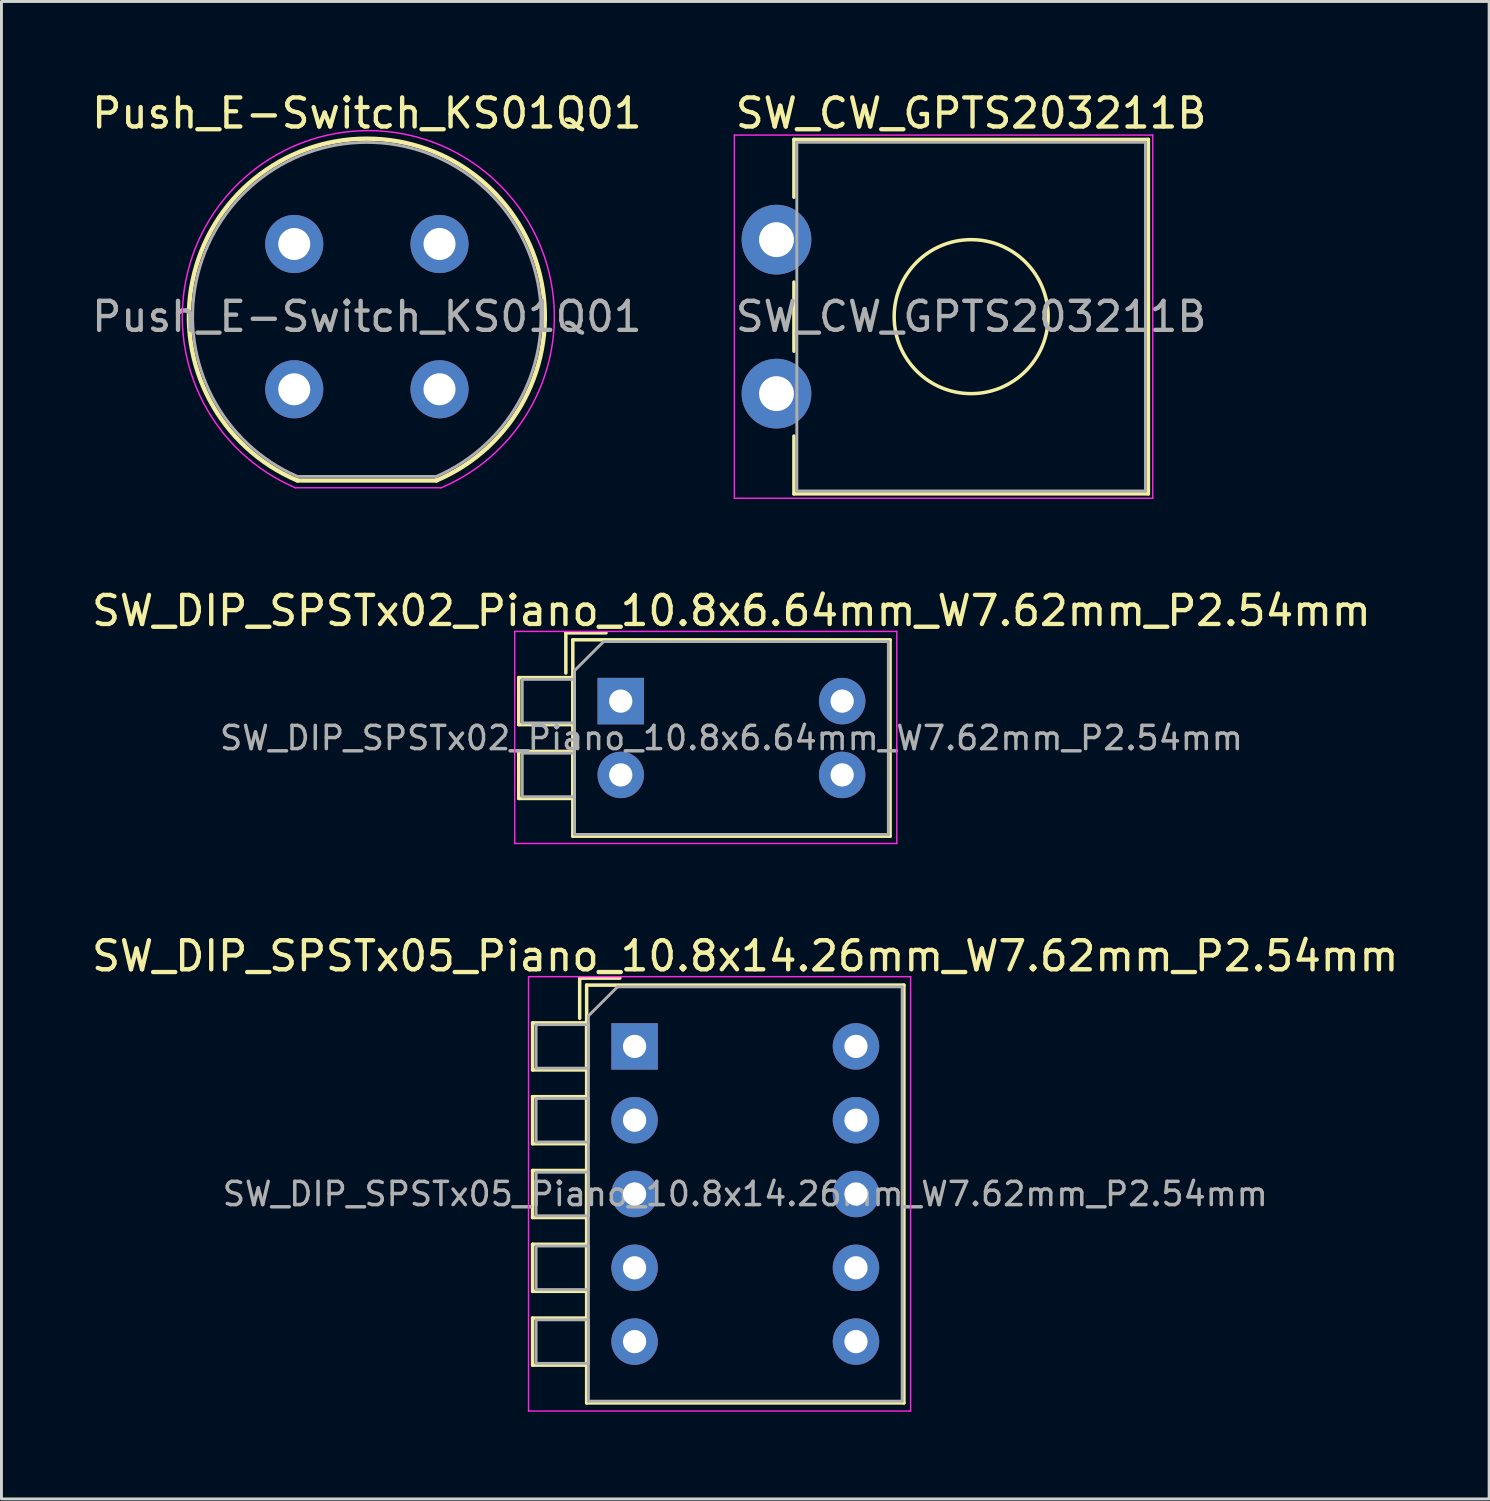
<source format=kicad_pcb>
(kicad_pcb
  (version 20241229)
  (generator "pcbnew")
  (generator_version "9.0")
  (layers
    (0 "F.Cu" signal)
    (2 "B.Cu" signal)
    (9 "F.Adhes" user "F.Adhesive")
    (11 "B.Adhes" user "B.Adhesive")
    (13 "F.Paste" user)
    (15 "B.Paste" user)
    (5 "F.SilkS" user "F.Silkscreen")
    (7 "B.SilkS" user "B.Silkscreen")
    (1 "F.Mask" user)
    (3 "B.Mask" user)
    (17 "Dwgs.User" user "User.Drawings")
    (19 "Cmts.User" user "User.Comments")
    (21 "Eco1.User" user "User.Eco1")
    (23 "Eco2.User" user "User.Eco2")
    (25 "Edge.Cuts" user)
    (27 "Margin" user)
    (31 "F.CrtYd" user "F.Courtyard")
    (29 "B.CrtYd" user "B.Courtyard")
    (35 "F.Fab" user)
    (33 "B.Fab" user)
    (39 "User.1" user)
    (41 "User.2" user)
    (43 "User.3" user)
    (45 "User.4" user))
  (footprint "Push_E-Switch_KS01Q01"
    (layer "F.Cu")
    (at 7.077 5.348)
    (property "Reference" "Push_E-Switch_KS01Q01" (at 2.5 -4.5 0) (layer "F.SilkS") (effects (font (size 1 1) (thickness 0.15))))
    (attr through_hole)
    (fp_line (start 4.89 8.14) (end 0.11 8.14) (stroke (width 0.15) (type solid)) (layer "F.SilkS"))
    (fp_arc (start 0.11 8.14) (mid 2.496283 -3.625495) (end 4.896843 8.137095) (stroke (width 0.15) (type solid)) (layer "F.SilkS"))
    (fp_line (start 0.04 8.39) (end 5.06 8.39) (stroke (width 0.05) (type solid)) (layer "F.CrtYd"))
    (fp_arc (start 0.04 8.39) (mid 2.55 -3.902515) (end 5.06 8.39) (stroke (width 0.05) (type solid)) (layer "F.CrtYd"))
    (fp_line (start 0.11 8) (end 4.89 8) (stroke (width 0.1) (type solid)) (layer "F.Fab"))
    (fp_arc (start 0.11 8) (mid 2.498654 -3.496841) (end 4.892469 7.998926) (stroke (width 0.1) (type solid)) (layer "F.Fab"))
    (fp_text user "${REFERENCE}" (at 2.5 2.5 0) (layer "F.Fab") (effects (font (size 1 1) (thickness 0.15))))
    (pad "1" thru_hole circle (at 0 0) (size 2 2) (drill 1.1) (layers "*.Cu" "*.Mask"))
    (pad "2" thru_hole circle (at 5 0) (size 2 2) (drill 1.1) (layers "*.Cu" "*.Mask"))
    (pad "3" thru_hole circle (at 0 5) (size 2 2) (drill 1.1) (layers "*.Cu" "*.Mask"))
    (pad "4" thru_hole circle (at 5 5) (size 2 2) (drill 1.1) (layers "*.Cu" "*.Mask")))
  (footprint "SW_CW_GPTS203211B"
    (layer "F.Cu")
    (at 23.675 5.198)
    (property "Reference" "SW_CW_GPTS203211B" (at 6.7 -4.35 0) (layer "F.SilkS") (effects (font (size 1 1) (thickness 0.15))))
    (attr through_hole)
    (fp_line (start 0.6 -3.45) (end 12.8 -3.45) (stroke (width 0.12) (type solid)) (layer "F.SilkS"))
    (fp_line (start 0.6 -1.46) (end 0.6 -3.45) (stroke (width 0.12) (type solid)) (layer "F.SilkS"))
    (fp_line (start 0.6 1.46) (end 0.6 3.84) (stroke (width 0.12) (type solid)) (layer "F.SilkS"))
    (fp_line (start 0.6 8.75) (end 0.6 6.76) (stroke (width 0.12) (type solid)) (layer "F.SilkS"))
    (fp_line (start 12.8 -3.45) (end 12.8 8.75) (stroke (width 0.12) (type solid)) (layer "F.SilkS"))
    (fp_line (start 12.8 8.75) (end 0.6 8.75) (stroke (width 0.12) (type solid)) (layer "F.SilkS"))
    (fp_circle (center 6.7 2.65) (end 9.35 2.65) (stroke (width 0.12) (type solid)) (fill no) (layer "F.SilkS"))
    (fp_line (start -1.45 -3.6) (end -1.45 8.9) (stroke (width 0.05) (type solid)) (layer "F.CrtYd"))
    (fp_line (start -1.45 8.9) (end 12.95 8.9) (stroke (width 0.05) (type solid)) (layer "F.CrtYd"))
    (fp_line (start 12.95 -3.6) (end -1.45 -3.6) (stroke (width 0.05) (type solid)) (layer "F.CrtYd"))
    (fp_line (start 12.95 8.9) (end 12.95 -3.6) (stroke (width 0.05) (type solid)) (layer "F.CrtYd"))
    (fp_line (start 0.7 -3.35) (end 0.7 8.65) (stroke (width 0.1) (type solid)) (layer "F.Fab"))
    (fp_line (start 0.7 8.65) (end 12.7 8.65) (stroke (width 0.1) (type solid)) (layer "F.Fab"))
    (fp_line (start 12.7 -3.35) (end 0.7 -3.35) (stroke (width 0.1) (type solid)) (layer "F.Fab"))
    (fp_line (start 12.7 8.65) (end 12.7 -3.35) (stroke (width 0.1) (type solid)) (layer "F.Fab"))
    (fp_text user "${REFERENCE}" (at 6.7 2.65 0) (layer "F.Fab") (effects (font (size 1 1) (thickness 0.15))))
    (pad "1" thru_hole circle (at 0 0) (size 2.4 2.4) (drill 1.2) (layers "*.Cu" "*.Mask"))
    (pad "2" thru_hole circle (at 0 5.3) (size 2.4 2.4) (drill 1.2) (layers "*.Cu" "*.Mask")))
  (footprint "SW_DIP_SPSTx02_Piano_10.8x6.64mm_W7.62mm_P2.54mm"
    (layer "F.Cu")
    (at 18.315 21.081)
    (property "Reference" "SW_DIP_SPSTx02_Piano_10.8x6.64mm_W7.62mm_P2.54mm" (at 3.81 -3.11 0) (layer "F.SilkS") (effects (font (size 1 1) (thickness 0.15))))
    (attr through_hole)
    (fp_line (start -3.51 -0.81) (end -3.51 0.81) (stroke (width 0.12) (type solid)) (layer "F.SilkS"))
    (fp_line (start -3.51 -0.81) (end -1.65 -0.81) (stroke (width 0.12) (type solid)) (layer "F.SilkS"))
    (fp_line (start -3.51 0.81) (end -1.65 0.81) (stroke (width 0.12) (type solid)) (layer "F.SilkS"))
    (fp_line (start -3.51 1.73) (end -3.51 3.35) (stroke (width 0.12) (type solid)) (layer "F.SilkS"))
    (fp_line (start -3.51 1.73) (end -1.65 1.73) (stroke (width 0.12) (type solid)) (layer "F.SilkS"))
    (fp_line (start -3.51 3.35) (end -1.65 3.35) (stroke (width 0.12) (type solid)) (layer "F.SilkS"))
    (fp_line (start -1.89 -2.35) (end -1.89 -0.967) (stroke (width 0.12) (type solid)) (layer "F.SilkS"))
    (fp_line (start -1.89 -2.35) (end -0.507 -2.35) (stroke (width 0.12) (type solid)) (layer "F.SilkS"))
    (fp_line (start -1.65 -2.11) (end -1.65 4.65) (stroke (width 0.12) (type solid)) (layer "F.SilkS"))
    (fp_line (start -1.65 -2.11) (end 9.27 -2.11) (stroke (width 0.12) (type solid)) (layer "F.SilkS"))
    (fp_line (start -1.65 -0.81) (end -1.65 0.81) (stroke (width 0.12) (type solid)) (layer "F.SilkS"))
    (fp_line (start -1.65 1.73) (end -1.65 3.35) (stroke (width 0.12) (type solid)) (layer "F.SilkS"))
    (fp_line (start -1.65 4.65) (end 9.27 4.65) (stroke (width 0.12) (type solid)) (layer "F.SilkS"))
    (fp_line (start 9.27 -2.11) (end 9.27 4.65) (stroke (width 0.12) (type solid)) (layer "F.SilkS"))
    (fp_line (start -3.65 -2.4) (end -3.65 4.9) (stroke (width 0.05) (type solid)) (layer "F.CrtYd"))
    (fp_line (start -3.65 4.9) (end 9.5 4.9) (stroke (width 0.05) (type solid)) (layer "F.CrtYd"))
    (fp_line (start 9.5 -2.4) (end -3.65 -2.4) (stroke (width 0.05) (type solid)) (layer "F.CrtYd"))
    (fp_line (start 9.5 4.9) (end 9.5 -2.4) (stroke (width 0.05) (type solid)) (layer "F.CrtYd"))
    (fp_line (start -3.39 -0.75) (end -1.59 -0.75) (stroke (width 0.1) (type solid)) (layer "F.Fab"))
    (fp_line (start -3.39 0.75) (end -3.39 -0.75) (stroke (width 0.1) (type solid)) (layer "F.Fab"))
    (fp_line (start -3.39 1.79) (end -1.59 1.79) (stroke (width 0.1) (type solid)) (layer "F.Fab"))
    (fp_line (start -3.39 3.29) (end -3.39 1.79) (stroke (width 0.1) (type solid)) (layer "F.Fab"))
    (fp_line (start -1.59 -1.05) (end -0.59 -2.05) (stroke (width 0.1) (type solid)) (layer "F.Fab"))
    (fp_line (start -1.59 -0.75) (end -1.59 0.75) (stroke (width 0.1) (type solid)) (layer "F.Fab"))
    (fp_line (start -1.59 0.75) (end -3.39 0.75) (stroke (width 0.1) (type solid)) (layer "F.Fab"))
    (fp_line (start -1.59 1.79) (end -1.59 3.29) (stroke (width 0.1) (type solid)) (layer "F.Fab"))
    (fp_line (start -1.59 3.29) (end -3.39 3.29) (stroke (width 0.1) (type solid)) (layer "F.Fab"))
    (fp_line (start -1.59 4.59) (end -1.59 -1.05) (stroke (width 0.1) (type solid)) (layer "F.Fab"))
    (fp_line (start -0.59 -2.05) (end 9.21 -2.05) (stroke (width 0.1) (type solid)) (layer "F.Fab"))
    (fp_line (start 9.21 -2.05) (end 9.21 4.59) (stroke (width 0.1) (type solid)) (layer "F.Fab"))
    (fp_line (start 9.21 4.59) (end -1.59 4.59) (stroke (width 0.1) (type solid)) (layer "F.Fab"))
    (fp_text user "${REFERENCE}" (at 3.81 1.27 0) (layer "F.Fab") (effects (font (size 0.8 0.8) (thickness 0.12))))
    (pad "1" thru_hole rect (at 0 0) (size 1.6 1.6) (drill 0.8) (layers "*.Cu" "*.Mask"))
    (pad "2" thru_hole oval (at 0 2.54) (size 1.6 1.6) (drill 0.8) (layers "*.Cu" "*.Mask"))
    (pad "3" thru_hole oval (at 7.62 2.54) (size 1.6 1.6) (drill 0.8) (layers "*.Cu" "*.Mask"))
    (pad "4" thru_hole oval (at 7.62 0) (size 1.6 1.6) (drill 0.8) (layers "*.Cu" "*.Mask")))
  (footprint "SW_DIP_SPSTx05_Piano_10.8x14.26mm_W7.62mm_P2.54mm"
    (layer "F.Cu")
    (at 18.791 32.965)
    (property "Reference" "SW_DIP_SPSTx05_Piano_10.8x14.26mm_W7.62mm_P2.54mm" (at 3.81 -3.11 0) (layer "F.SilkS") (effects (font (size 1 1) (thickness 0.15))))
    (attr through_hole)
    (fp_line (start -3.51 -0.81) (end -3.51 0.81) (stroke (width 0.12) (type solid)) (layer "F.SilkS"))
    (fp_line (start -3.51 -0.81) (end -1.65 -0.81) (stroke (width 0.12) (type solid)) (layer "F.SilkS"))
    (fp_line (start -3.51 0.81) (end -1.65 0.81) (stroke (width 0.12) (type solid)) (layer "F.SilkS"))
    (fp_line (start -3.51 1.73) (end -3.51 3.35) (stroke (width 0.12) (type solid)) (layer "F.SilkS"))
    (fp_line (start -3.51 1.73) (end -1.65 1.73) (stroke (width 0.12) (type solid)) (layer "F.SilkS"))
    (fp_line (start -3.51 3.35) (end -1.65 3.35) (stroke (width 0.12) (type solid)) (layer "F.SilkS"))
    (fp_line (start -3.51 4.27) (end -3.51 5.89) (stroke (width 0.12) (type solid)) (layer "F.SilkS"))
    (fp_line (start -3.51 4.27) (end -1.65 4.27) (stroke (width 0.12) (type solid)) (layer "F.SilkS"))
    (fp_line (start -3.51 5.89) (end -1.65 5.89) (stroke (width 0.12) (type solid)) (layer "F.SilkS"))
    (fp_line (start -3.51 6.81) (end -3.51 8.43) (stroke (width 0.12) (type solid)) (layer "F.SilkS"))
    (fp_line (start -3.51 6.81) (end -1.65 6.81) (stroke (width 0.12) (type solid)) (layer "F.SilkS"))
    (fp_line (start -3.51 8.43) (end -1.65 8.43) (stroke (width 0.12) (type solid)) (layer "F.SilkS"))
    (fp_line (start -3.51 9.35) (end -3.51 10.97) (stroke (width 0.12) (type solid)) (layer "F.SilkS"))
    (fp_line (start -3.51 9.35) (end -1.65 9.35) (stroke (width 0.12) (type solid)) (layer "F.SilkS"))
    (fp_line (start -3.51 10.97) (end -1.65 10.97) (stroke (width 0.12) (type solid)) (layer "F.SilkS"))
    (fp_line (start -1.89 -2.35) (end -1.89 -0.967) (stroke (width 0.12) (type solid)) (layer "F.SilkS"))
    (fp_line (start -1.89 -2.35) (end -0.507 -2.35) (stroke (width 0.12) (type solid)) (layer "F.SilkS"))
    (fp_line (start -1.65 -2.11) (end -1.65 12.271) (stroke (width 0.12) (type solid)) (layer "F.SilkS"))
    (fp_line (start -1.65 -2.11) (end 9.27 -2.11) (stroke (width 0.12) (type solid)) (layer "F.SilkS"))
    (fp_line (start -1.65 -0.81) (end -1.65 0.81) (stroke (width 0.12) (type solid)) (layer "F.SilkS"))
    (fp_line (start -1.65 1.73) (end -1.65 3.35) (stroke (width 0.12) (type solid)) (layer "F.SilkS"))
    (fp_line (start -1.65 4.27) (end -1.65 5.89) (stroke (width 0.12) (type solid)) (layer "F.SilkS"))
    (fp_line (start -1.65 6.81) (end -1.65 8.43) (stroke (width 0.12) (type solid)) (layer "F.SilkS"))
    (fp_line (start -1.65 9.35) (end -1.65 10.97) (stroke (width 0.12) (type solid)) (layer "F.SilkS"))
    (fp_line (start -1.65 12.271) (end 9.27 12.271) (stroke (width 0.12) (type solid)) (layer "F.SilkS"))
    (fp_line (start 9.27 -2.11) (end 9.27 12.271) (stroke (width 0.12) (type solid)) (layer "F.SilkS"))
    (fp_line (start -3.65 -2.4) (end -3.65 12.55) (stroke (width 0.05) (type solid)) (layer "F.CrtYd"))
    (fp_line (start -3.65 12.55) (end 9.5 12.55) (stroke (width 0.05) (type solid)) (layer "F.CrtYd"))
    (fp_line (start 9.5 -2.4) (end -3.65 -2.4) (stroke (width 0.05) (type solid)) (layer "F.CrtYd"))
    (fp_line (start 9.5 12.55) (end 9.5 -2.4) (stroke (width 0.05) (type solid)) (layer "F.CrtYd"))
    (fp_line (start -3.39 -0.75) (end -1.59 -0.75) (stroke (width 0.1) (type solid)) (layer "F.Fab"))
    (fp_line (start -3.39 0.75) (end -3.39 -0.75) (stroke (width 0.1) (type solid)) (layer "F.Fab"))
    (fp_line (start -3.39 1.79) (end -1.59 1.79) (stroke (width 0.1) (type solid)) (layer "F.Fab"))
    (fp_line (start -3.39 3.29) (end -3.39 1.79) (stroke (width 0.1) (type solid)) (layer "F.Fab"))
    (fp_line (start -3.39 4.33) (end -1.59 4.33) (stroke (width 0.1) (type solid)) (layer "F.Fab"))
    (fp_line (start -3.39 5.83) (end -3.39 4.33) (stroke (width 0.1) (type solid)) (layer "F.Fab"))
    (fp_line (start -3.39 6.87) (end -1.59 6.87) (stroke (width 0.1) (type solid)) (layer "F.Fab"))
    (fp_line (start -3.39 8.37) (end -3.39 6.87) (stroke (width 0.1) (type solid)) (layer "F.Fab"))
    (fp_line (start -3.39 9.41) (end -1.59 9.41) (stroke (width 0.1) (type solid)) (layer "F.Fab"))
    (fp_line (start -3.39 10.91) (end -3.39 9.41) (stroke (width 0.1) (type solid)) (layer "F.Fab"))
    (fp_line (start -1.59 -1.05) (end -0.59 -2.05) (stroke (width 0.1) (type solid)) (layer "F.Fab"))
    (fp_line (start -1.59 -0.75) (end -1.59 0.75) (stroke (width 0.1) (type solid)) (layer "F.Fab"))
    (fp_line (start -1.59 0.75) (end -3.39 0.75) (stroke (width 0.1) (type solid)) (layer "F.Fab"))
    (fp_line (start -1.59 1.79) (end -1.59 3.29) (stroke (width 0.1) (type solid)) (layer "F.Fab"))
    (fp_line (start -1.59 3.29) (end -3.39 3.29) (stroke (width 0.1) (type solid)) (layer "F.Fab"))
    (fp_line (start -1.59 4.33) (end -1.59 5.83) (stroke (width 0.1) (type solid)) (layer "F.Fab"))
    (fp_line (start -1.59 5.83) (end -3.39 5.83) (stroke (width 0.1) (type solid)) (layer "F.Fab"))
    (fp_line (start -1.59 6.87) (end -1.59 8.37) (stroke (width 0.1) (type solid)) (layer "F.Fab"))
    (fp_line (start -1.59 8.37) (end -3.39 8.37) (stroke (width 0.1) (type solid)) (layer "F.Fab"))
    (fp_line (start -1.59 9.41) (end -1.59 10.91) (stroke (width 0.1) (type solid)) (layer "F.Fab"))
    (fp_line (start -1.59 10.91) (end -3.39 10.91) (stroke (width 0.1) (type solid)) (layer "F.Fab"))
    (fp_line (start -1.59 12.21) (end -1.59 -1.05) (stroke (width 0.1) (type solid)) (layer "F.Fab"))
    (fp_line (start -0.59 -2.05) (end 9.21 -2.05) (stroke (width 0.1) (type solid)) (layer "F.Fab"))
    (fp_line (start 9.21 -2.05) (end 9.21 12.21) (stroke (width 0.1) (type solid)) (layer "F.Fab"))
    (fp_line (start 9.21 12.21) (end -1.59 12.21) (stroke (width 0.1) (type solid)) (layer "F.Fab"))
    (fp_text user "${REFERENCE}" (at 3.81 5.08 0) (layer "F.Fab") (effects (font (size 0.8 0.8) (thickness 0.12))))
    (pad "1" thru_hole rect (at 0 0) (size 1.6 1.6) (drill 0.8) (layers "*.Cu" "*.Mask"))
    (pad "2" thru_hole oval (at 0 2.54) (size 1.6 1.6) (drill 0.8) (layers "*.Cu" "*.Mask"))
    (pad "3" thru_hole oval (at 0 5.08) (size 1.6 1.6) (drill 0.8) (layers "*.Cu" "*.Mask"))
    (pad "4" thru_hole oval (at 0 7.62) (size 1.6 1.6) (drill 0.8) (layers "*.Cu" "*.Mask"))
    (pad "5" thru_hole oval (at 0 10.16) (size 1.6 1.6) (drill 0.8) (layers "*.Cu" "*.Mask"))
    (pad "6" thru_hole oval (at 7.62 10.16) (size 1.6 1.6) (drill 0.8) (layers "*.Cu" "*.Mask"))
    (pad "7" thru_hole oval (at 7.62 7.62) (size 1.6 1.6) (drill 0.8) (layers "*.Cu" "*.Mask"))
    (pad "8" thru_hole oval (at 7.62 5.08) (size 1.6 1.6) (drill 0.8) (layers "*.Cu" "*.Mask"))
    (pad "9" thru_hole oval (at 7.62 2.54) (size 1.6 1.6) (drill 0.8) (layers "*.Cu" "*.Mask"))
    (pad "10" thru_hole oval (at 7.62 0) (size 1.6 1.6) (drill 0.8) (layers "*.Cu" "*.Mask")))
  (gr_rect
    (start -3 -3)
    (end 48.202 48.54)
    (stroke (width 0.1) (type default))
    (fill no)
    (layer "Edge.Cuts")))
</source>
